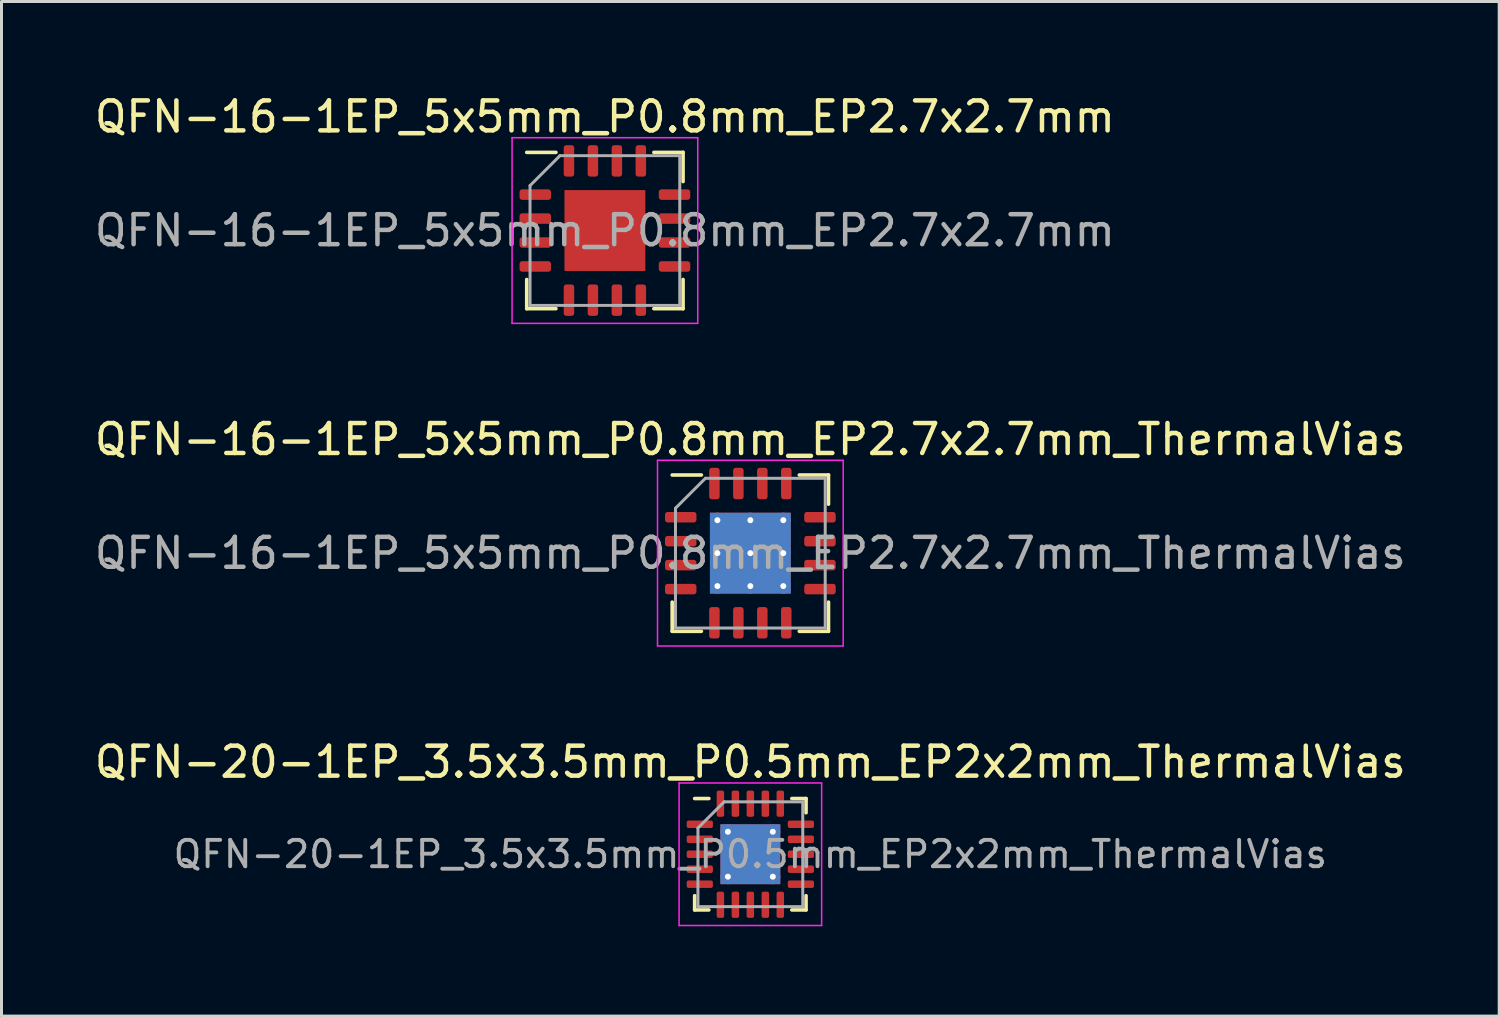
<source format=kicad_pcb>
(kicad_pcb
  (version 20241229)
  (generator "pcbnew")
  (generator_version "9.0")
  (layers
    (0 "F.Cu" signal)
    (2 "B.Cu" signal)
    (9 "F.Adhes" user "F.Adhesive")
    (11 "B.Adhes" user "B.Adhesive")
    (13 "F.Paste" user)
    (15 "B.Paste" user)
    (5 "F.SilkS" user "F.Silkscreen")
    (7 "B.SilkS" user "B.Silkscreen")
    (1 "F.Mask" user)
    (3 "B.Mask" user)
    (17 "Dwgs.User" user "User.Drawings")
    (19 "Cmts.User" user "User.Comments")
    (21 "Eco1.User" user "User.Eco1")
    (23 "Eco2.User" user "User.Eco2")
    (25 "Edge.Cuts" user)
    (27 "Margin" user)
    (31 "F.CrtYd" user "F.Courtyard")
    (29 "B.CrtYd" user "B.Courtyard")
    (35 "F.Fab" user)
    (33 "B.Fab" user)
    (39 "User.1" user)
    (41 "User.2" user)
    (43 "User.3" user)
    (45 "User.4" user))
  (footprint "QFN-20-1EP_3.5x3.5mm_P0.5mm_EP2x2mm_ThermalVias"
    (layer "F.Cu")
    (at 22.006 25.475)
    (property "Reference" "QFN-20-1EP_3.5x3.5mm_P0.5mm_EP2x2mm_ThermalVias" (at 0 -3.08 0) (layer "F.SilkS") (effects (font (size 1 1) (thickness 0.15))))
    (attr smd)
    (fp_line (start -1.86 1.86) (end -1.86 1.385) (stroke (width 0.12) (type solid)) (layer "F.SilkS"))
    (fp_line (start -1.385 -1.86) (end -1.86 -1.86) (stroke (width 0.12) (type solid)) (layer "F.SilkS"))
    (fp_line (start -1.385 1.86) (end -1.86 1.86) (stroke (width 0.12) (type solid)) (layer "F.SilkS"))
    (fp_line (start 1.385 -1.86) (end 1.86 -1.86) (stroke (width 0.12) (type solid)) (layer "F.SilkS"))
    (fp_line (start 1.385 1.86) (end 1.86 1.86) (stroke (width 0.12) (type solid)) (layer "F.SilkS"))
    (fp_line (start 1.86 -1.86) (end 1.86 -1.385) (stroke (width 0.12) (type solid)) (layer "F.SilkS"))
    (fp_line (start 1.86 1.86) (end 1.86 1.385) (stroke (width 0.12) (type solid)) (layer "F.SilkS"))
    (fp_line (start -2.38 -2.38) (end -2.38 2.38) (stroke (width 0.05) (type solid)) (layer "F.CrtYd"))
    (fp_line (start -2.38 2.38) (end 2.38 2.38) (stroke (width 0.05) (type solid)) (layer "F.CrtYd"))
    (fp_line (start 2.38 -2.38) (end -2.38 -2.38) (stroke (width 0.05) (type solid)) (layer "F.CrtYd"))
    (fp_line (start 2.38 2.38) (end 2.38 -2.38) (stroke (width 0.05) (type solid)) (layer "F.CrtYd"))
    (fp_line (start -1.75 -0.875) (end -0.875 -1.75) (stroke (width 0.1) (type solid)) (layer "F.Fab"))
    (fp_line (start -1.75 1.75) (end -1.75 -0.875) (stroke (width 0.1) (type solid)) (layer "F.Fab"))
    (fp_line (start -0.875 -1.75) (end 1.75 -1.75) (stroke (width 0.1) (type solid)) (layer "F.Fab"))
    (fp_line (start 1.75 -1.75) (end 1.75 1.75) (stroke (width 0.1) (type solid)) (layer "F.Fab"))
    (fp_line (start 1.75 1.75) (end -1.75 1.75) (stroke (width 0.1) (type solid)) (layer "F.Fab"))
    (fp_text user "${REFERENCE}" (at 0 0 0) (layer "F.Fab") (effects (font (size 0.88 0.88) (thickness 0.13))))
    (pad "" smd roundrect (at -0.5 -0.5) (size 0.87 0.87) (layers "F.Paste") (roundrect_rratio 0.25))
    (pad "" smd roundrect (at -0.5 0.5) (size 0.87 0.87) (layers "F.Paste") (roundrect_rratio 0.25))
    (pad "" smd roundrect (at 0.5 -0.5) (size 0.87 0.87) (layers "F.Paste") (roundrect_rratio 0.25))
    (pad "" smd roundrect (at 0.5 0.5) (size 0.87 0.87) (layers "F.Paste") (roundrect_rratio 0.25))
    (pad "1" smd roundrect (at -1.688 -1) (size 0.875 0.25) (layers "F.Cu" "F.Mask" "F.Paste") (roundrect_rratio 0.25))
    (pad "2" smd roundrect (at -1.688 -0.5) (size 0.875 0.25) (layers "F.Cu" "F.Mask" "F.Paste") (roundrect_rratio 0.25))
    (pad "3" smd roundrect (at -1.688 0) (size 0.875 0.25) (layers "F.Cu" "F.Mask" "F.Paste") (roundrect_rratio 0.25))
    (pad "4" smd roundrect (at -1.688 0.5) (size 0.875 0.25) (layers "F.Cu" "F.Mask" "F.Paste") (roundrect_rratio 0.25))
    (pad "5" smd roundrect (at -1.688 1) (size 0.875 0.25) (layers "F.Cu" "F.Mask" "F.Paste") (roundrect_rratio 0.25))
    (pad "6" smd roundrect (at -1 1.688) (size 0.25 0.875) (layers "F.Cu" "F.Mask" "F.Paste") (roundrect_rratio 0.25))
    (pad "7" smd roundrect (at -0.5 1.688) (size 0.25 0.875) (layers "F.Cu" "F.Mask" "F.Paste") (roundrect_rratio 0.25))
    (pad "8" smd roundrect (at 0 1.688) (size 0.25 0.875) (layers "F.Cu" "F.Mask" "F.Paste") (roundrect_rratio 0.25))
    (pad "9" smd roundrect (at 0.5 1.688) (size 0.25 0.875) (layers "F.Cu" "F.Mask" "F.Paste") (roundrect_rratio 0.25))
    (pad "10" smd roundrect (at 1 1.688) (size 0.25 0.875) (layers "F.Cu" "F.Mask" "F.Paste") (roundrect_rratio 0.25))
    (pad "11" smd roundrect (at 1.688 1) (size 0.875 0.25) (layers "F.Cu" "F.Mask" "F.Paste") (roundrect_rratio 0.25))
    (pad "12" smd roundrect (at 1.688 0.5) (size 0.875 0.25) (layers "F.Cu" "F.Mask" "F.Paste") (roundrect_rratio 0.25))
    (pad "13" smd roundrect (at 1.688 0) (size 0.875 0.25) (layers "F.Cu" "F.Mask" "F.Paste") (roundrect_rratio 0.25))
    (pad "14" smd roundrect (at 1.688 -0.5) (size 0.875 0.25) (layers "F.Cu" "F.Mask" "F.Paste") (roundrect_rratio 0.25))
    (pad "15" smd roundrect (at 1.688 -1) (size 0.875 0.25) (layers "F.Cu" "F.Mask" "F.Paste") (roundrect_rratio 0.25))
    (pad "16" smd roundrect (at 1 -1.688) (size 0.25 0.875) (layers "F.Cu" "F.Mask" "F.Paste") (roundrect_rratio 0.25))
    (pad "17" smd roundrect (at 0.5 -1.688) (size 0.25 0.875) (layers "F.Cu" "F.Mask" "F.Paste") (roundrect_rratio 0.25))
    (pad "18" smd roundrect (at 0 -1.688) (size 0.25 0.875) (layers "F.Cu" "F.Mask" "F.Paste") (roundrect_rratio 0.25))
    (pad "19" smd roundrect (at -0.5 -1.688) (size 0.25 0.875) (layers "F.Cu" "F.Mask" "F.Paste") (roundrect_rratio 0.25))
    (pad "20" smd roundrect (at -1 -1.688) (size 0.25 0.875) (layers "F.Cu" "F.Mask" "F.Paste") (roundrect_rratio 0.25))
    (pad "21" thru_hole circle (at -0.75 -0.75) (size 0.5 0.5) (drill 0.2) (layers "*.Cu"))
    (pad "21" thru_hole circle (at -0.75 0.75) (size 0.5 0.5) (drill 0.2) (layers "*.Cu"))
    (pad "21" smd rect (at 0 0) (size 2 2) (layers "F.Cu" "F.Mask"))
    (pad "21" smd rect (at 0 0) (size 2 2) (layers "B.Cu"))
    (pad "21" thru_hole circle (at 0.75 -0.75) (size 0.5 0.5) (drill 0.2) (layers "*.Cu"))
    (pad "21" thru_hole circle (at 0.75 0.75) (size 0.5 0.5) (drill 0.2) (layers "*.Cu")))
  (footprint "QFN-16-1EP_5x5mm_P0.8mm_EP2.7x2.7mm_ThermalVias"
    (layer "F.Cu")
    (at 22.006 15.421)
    (property "Reference" "QFN-16-1EP_5x5mm_P0.8mm_EP2.7x2.7mm_ThermalVias" (at 0 -3.8 0) (layer "F.SilkS") (effects (font (size 1 1) (thickness 0.15))))
    (attr smd)
    (fp_line (start -2.61 2.61) (end -2.61 1.635) (stroke (width 0.12) (type solid)) (layer "F.SilkS"))
    (fp_line (start -1.635 -2.61) (end -2.61 -2.61) (stroke (width 0.12) (type solid)) (layer "F.SilkS"))
    (fp_line (start -1.635 2.61) (end -2.61 2.61) (stroke (width 0.12) (type solid)) (layer "F.SilkS"))
    (fp_line (start 1.635 -2.61) (end 2.61 -2.61) (stroke (width 0.12) (type solid)) (layer "F.SilkS"))
    (fp_line (start 1.635 2.61) (end 2.61 2.61) (stroke (width 0.12) (type solid)) (layer "F.SilkS"))
    (fp_line (start 2.61 -2.61) (end 2.61 -1.635) (stroke (width 0.12) (type solid)) (layer "F.SilkS"))
    (fp_line (start 2.61 2.61) (end 2.61 1.635) (stroke (width 0.12) (type solid)) (layer "F.SilkS"))
    (fp_line (start -3.1 -3.1) (end -3.1 3.1) (stroke (width 0.05) (type solid)) (layer "F.CrtYd"))
    (fp_line (start -3.1 3.1) (end 3.1 3.1) (stroke (width 0.05) (type solid)) (layer "F.CrtYd"))
    (fp_line (start 3.1 -3.1) (end -3.1 -3.1) (stroke (width 0.05) (type solid)) (layer "F.CrtYd"))
    (fp_line (start 3.1 3.1) (end 3.1 -3.1) (stroke (width 0.05) (type solid)) (layer "F.CrtYd"))
    (fp_line (start -2.5 -1.5) (end -1.5 -2.5) (stroke (width 0.1) (type solid)) (layer "F.Fab"))
    (fp_line (start -2.5 2.5) (end -2.5 -1.5) (stroke (width 0.1) (type solid)) (layer "F.Fab"))
    (fp_line (start -1.5 -2.5) (end 2.5 -2.5) (stroke (width 0.1) (type solid)) (layer "F.Fab"))
    (fp_line (start 2.5 -2.5) (end 2.5 2.5) (stroke (width 0.1) (type solid)) (layer "F.Fab"))
    (fp_line (start 2.5 2.5) (end -2.5 2.5) (stroke (width 0.1) (type solid)) (layer "F.Fab"))
    (fp_text user "${REFERENCE}" (at 0 0 0) (layer "F.Fab") (effects (font (size 1 1) (thickness 0.15))))
    (pad "" smd roundrect (at -0.675 -0.675) (size 1.17 1.17) (layers "F.Paste") (roundrect_rratio 0.214))
    (pad "" smd roundrect (at -0.675 0.675) (size 1.17 1.17) (layers "F.Paste") (roundrect_rratio 0.214))
    (pad "" smd roundrect (at 0.675 -0.675) (size 1.17 1.17) (layers "F.Paste") (roundrect_rratio 0.214))
    (pad "" smd roundrect (at 0.675 0.675) (size 1.17 1.17) (layers "F.Paste") (roundrect_rratio 0.214))
    (pad "1" smd roundrect (at -2.325 -1.2) (size 1.05 0.35) (layers "F.Cu" "F.Mask" "F.Paste") (roundrect_rratio 0.25))
    (pad "2" smd roundrect (at -2.325 -0.4) (size 1.05 0.35) (layers "F.Cu" "F.Mask" "F.Paste") (roundrect_rratio 0.25))
    (pad "3" smd roundrect (at -2.325 0.4) (size 1.05 0.35) (layers "F.Cu" "F.Mask" "F.Paste") (roundrect_rratio 0.25))
    (pad "4" smd roundrect (at -2.325 1.2) (size 1.05 0.35) (layers "F.Cu" "F.Mask" "F.Paste") (roundrect_rratio 0.25))
    (pad "5" smd roundrect (at -1.2 2.325) (size 0.35 1.05) (layers "F.Cu" "F.Mask" "F.Paste") (roundrect_rratio 0.25))
    (pad "6" smd roundrect (at -0.4 2.325) (size 0.35 1.05) (layers "F.Cu" "F.Mask" "F.Paste") (roundrect_rratio 0.25))
    (pad "7" smd roundrect (at 0.4 2.325) (size 0.35 1.05) (layers "F.Cu" "F.Mask" "F.Paste") (roundrect_rratio 0.25))
    (pad "8" smd roundrect (at 1.2 2.325) (size 0.35 1.05) (layers "F.Cu" "F.Mask" "F.Paste") (roundrect_rratio 0.25))
    (pad "9" smd roundrect (at 2.325 1.2) (size 1.05 0.35) (layers "F.Cu" "F.Mask" "F.Paste") (roundrect_rratio 0.25))
    (pad "10" smd roundrect (at 2.325 0.4) (size 1.05 0.35) (layers "F.Cu" "F.Mask" "F.Paste") (roundrect_rratio 0.25))
    (pad "11" smd roundrect (at 2.325 -0.4) (size 1.05 0.35) (layers "F.Cu" "F.Mask" "F.Paste") (roundrect_rratio 0.25))
    (pad "12" smd roundrect (at 2.325 -1.2) (size 1.05 0.35) (layers "F.Cu" "F.Mask" "F.Paste") (roundrect_rratio 0.25))
    (pad "13" smd roundrect (at 1.2 -2.325) (size 0.35 1.05) (layers "F.Cu" "F.Mask" "F.Paste") (roundrect_rratio 0.25))
    (pad "14" smd roundrect (at 0.4 -2.325) (size 0.35 1.05) (layers "F.Cu" "F.Mask" "F.Paste") (roundrect_rratio 0.25))
    (pad "15" smd roundrect (at -0.4 -2.325) (size 0.35 1.05) (layers "F.Cu" "F.Mask" "F.Paste") (roundrect_rratio 0.25))
    (pad "16" smd roundrect (at -1.2 -2.325) (size 0.35 1.05) (layers "F.Cu" "F.Mask" "F.Paste") (roundrect_rratio 0.25))
    (pad "17" thru_hole circle (at -1.1 -1.1) (size 0.5 0.5) (drill 0.2) (layers "*.Cu"))
    (pad "17" thru_hole circle (at -1.1 0) (size 0.5 0.5) (drill 0.2) (layers "*.Cu"))
    (pad "17" thru_hole circle (at -1.1 1.1) (size 0.5 0.5) (drill 0.2) (layers "*.Cu"))
    (pad "17" thru_hole circle (at 0 -1.1) (size 0.5 0.5) (drill 0.2) (layers "*.Cu"))
    (pad "17" thru_hole circle (at 0 0) (size 0.5 0.5) (drill 0.2) (layers "*.Cu"))
    (pad "17" smd rect (at 0 0) (size 2.7 2.7) (layers "F.Cu" "F.Mask"))
    (pad "17" smd rect (at 0 0) (size 2.7 2.7) (layers "B.Cu"))
    (pad "17" thru_hole circle (at 0 1.1) (size 0.5 0.5) (drill 0.2) (layers "*.Cu"))
    (pad "17" thru_hole circle (at 1.1 -1.1) (size 0.5 0.5) (drill 0.2) (layers "*.Cu"))
    (pad "17" thru_hole circle (at 1.1 0) (size 0.5 0.5) (drill 0.2) (layers "*.Cu"))
    (pad "17" thru_hole circle (at 1.1 1.1) (size 0.5 0.5) (drill 0.2) (layers "*.Cu")))
  (footprint "QFN-16-1EP_5x5mm_P0.8mm_EP2.7x2.7mm"
    (layer "F.Cu")
    (at 17.149 4.648)
    (property "Reference" "QFN-16-1EP_5x5mm_P0.8mm_EP2.7x2.7mm" (at 0 -3.8 0) (layer "F.SilkS") (effects (font (size 1 1) (thickness 0.15))))
    (attr smd)
    (fp_line (start -2.61 2.61) (end -2.61 1.635) (stroke (width 0.12) (type solid)) (layer "F.SilkS"))
    (fp_line (start -1.635 -2.61) (end -2.61 -2.61) (stroke (width 0.12) (type solid)) (layer "F.SilkS"))
    (fp_line (start -1.635 2.61) (end -2.61 2.61) (stroke (width 0.12) (type solid)) (layer "F.SilkS"))
    (fp_line (start 1.635 -2.61) (end 2.61 -2.61) (stroke (width 0.12) (type solid)) (layer "F.SilkS"))
    (fp_line (start 1.635 2.61) (end 2.61 2.61) (stroke (width 0.12) (type solid)) (layer "F.SilkS"))
    (fp_line (start 2.61 -2.61) (end 2.61 -1.635) (stroke (width 0.12) (type solid)) (layer "F.SilkS"))
    (fp_line (start 2.61 2.61) (end 2.61 1.635) (stroke (width 0.12) (type solid)) (layer "F.SilkS"))
    (fp_line (start -3.1 -3.1) (end -3.1 3.1) (stroke (width 0.05) (type solid)) (layer "F.CrtYd"))
    (fp_line (start -3.1 3.1) (end 3.1 3.1) (stroke (width 0.05) (type solid)) (layer "F.CrtYd"))
    (fp_line (start 3.1 -3.1) (end -3.1 -3.1) (stroke (width 0.05) (type solid)) (layer "F.CrtYd"))
    (fp_line (start 3.1 3.1) (end 3.1 -3.1) (stroke (width 0.05) (type solid)) (layer "F.CrtYd"))
    (fp_line (start -2.5 -1.5) (end -1.5 -2.5) (stroke (width 0.1) (type solid)) (layer "F.Fab"))
    (fp_line (start -2.5 2.5) (end -2.5 -1.5) (stroke (width 0.1) (type solid)) (layer "F.Fab"))
    (fp_line (start -1.5 -2.5) (end 2.5 -2.5) (stroke (width 0.1) (type solid)) (layer "F.Fab"))
    (fp_line (start 2.5 -2.5) (end 2.5 2.5) (stroke (width 0.1) (type solid)) (layer "F.Fab"))
    (fp_line (start 2.5 2.5) (end -2.5 2.5) (stroke (width 0.1) (type solid)) (layer "F.Fab"))
    (fp_text user "${REFERENCE}" (at 0 0 0) (layer "F.Fab") (effects (font (size 1 1) (thickness 0.15))))
    (pad "" smd roundrect (at -0.675 -0.675) (size 1.09 1.09) (layers "F.Paste") (roundrect_rratio 0.229))
    (pad "" smd roundrect (at -0.675 0.675) (size 1.09 1.09) (layers "F.Paste") (roundrect_rratio 0.229))
    (pad "" smd roundrect (at 0.675 -0.675) (size 1.09 1.09) (layers "F.Paste") (roundrect_rratio 0.229))
    (pad "" smd roundrect (at 0.675 0.675) (size 1.09 1.09) (layers "F.Paste") (roundrect_rratio 0.229))
    (pad "1" smd roundrect (at -2.325 -1.2) (size 1.05 0.35) (layers "F.Cu" "F.Mask" "F.Paste") (roundrect_rratio 0.25))
    (pad "2" smd roundrect (at -2.325 -0.4) (size 1.05 0.35) (layers "F.Cu" "F.Mask" "F.Paste") (roundrect_rratio 0.25))
    (pad "3" smd roundrect (at -2.325 0.4) (size 1.05 0.35) (layers "F.Cu" "F.Mask" "F.Paste") (roundrect_rratio 0.25))
    (pad "4" smd roundrect (at -2.325 1.2) (size 1.05 0.35) (layers "F.Cu" "F.Mask" "F.Paste") (roundrect_rratio 0.25))
    (pad "5" smd roundrect (at -1.2 2.325) (size 0.35 1.05) (layers "F.Cu" "F.Mask" "F.Paste") (roundrect_rratio 0.25))
    (pad "6" smd roundrect (at -0.4 2.325) (size 0.35 1.05) (layers "F.Cu" "F.Mask" "F.Paste") (roundrect_rratio 0.25))
    (pad "7" smd roundrect (at 0.4 2.325) (size 0.35 1.05) (layers "F.Cu" "F.Mask" "F.Paste") (roundrect_rratio 0.25))
    (pad "8" smd roundrect (at 1.2 2.325) (size 0.35 1.05) (layers "F.Cu" "F.Mask" "F.Paste") (roundrect_rratio 0.25))
    (pad "9" smd roundrect (at 2.325 1.2) (size 1.05 0.35) (layers "F.Cu" "F.Mask" "F.Paste") (roundrect_rratio 0.25))
    (pad "10" smd roundrect (at 2.325 0.4) (size 1.05 0.35) (layers "F.Cu" "F.Mask" "F.Paste") (roundrect_rratio 0.25))
    (pad "11" smd roundrect (at 2.325 -0.4) (size 1.05 0.35) (layers "F.Cu" "F.Mask" "F.Paste") (roundrect_rratio 0.25))
    (pad "12" smd roundrect (at 2.325 -1.2) (size 1.05 0.35) (layers "F.Cu" "F.Mask" "F.Paste") (roundrect_rratio 0.25))
    (pad "13" smd roundrect (at 1.2 -2.325) (size 0.35 1.05) (layers "F.Cu" "F.Mask" "F.Paste") (roundrect_rratio 0.25))
    (pad "14" smd roundrect (at 0.4 -2.325) (size 0.35 1.05) (layers "F.Cu" "F.Mask" "F.Paste") (roundrect_rratio 0.25))
    (pad "15" smd roundrect (at -0.4 -2.325) (size 0.35 1.05) (layers "F.Cu" "F.Mask" "F.Paste") (roundrect_rratio 0.25))
    (pad "16" smd roundrect (at -1.2 -2.325) (size 0.35 1.05) (layers "F.Cu" "F.Mask" "F.Paste") (roundrect_rratio 0.25))
    (pad "17" smd rect (at 0 0) (size 2.7 2.7) (layers "F.Cu" "F.Mask")))
  (gr_rect
    (start -3 -3)
    (end 47.012 30.88)
    (stroke (width 0.1) (type default))
    (fill no)
    (layer "Edge.Cuts")))
</source>
